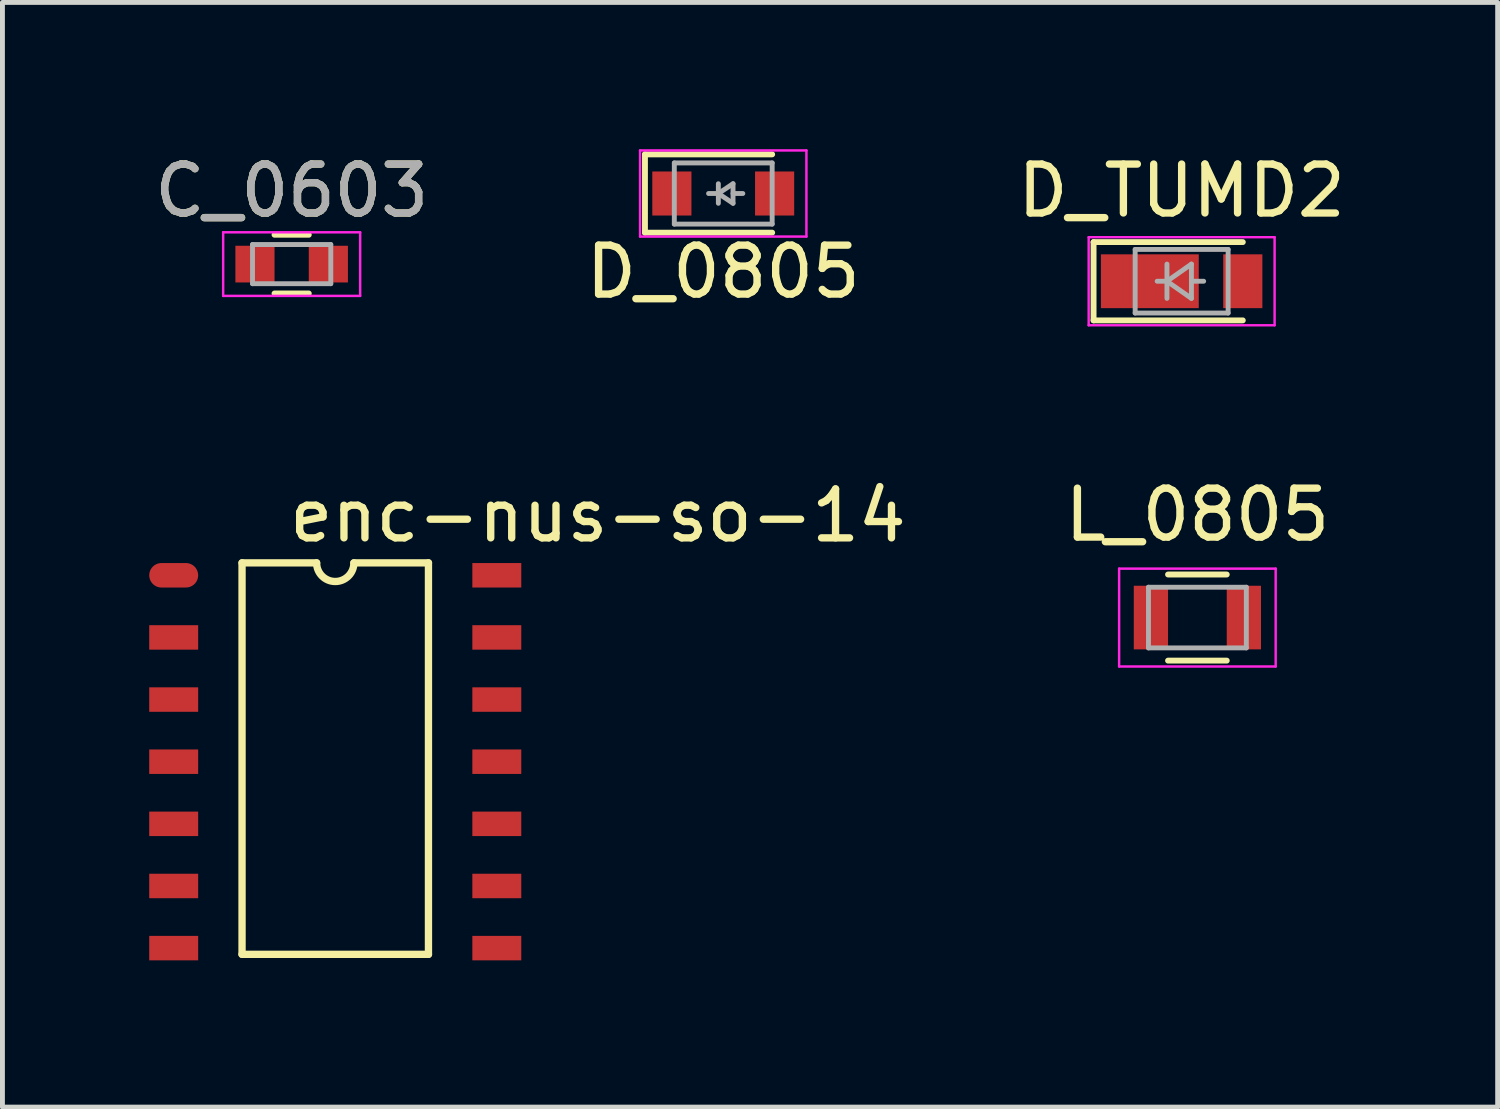
<source format=kicad_pcb>
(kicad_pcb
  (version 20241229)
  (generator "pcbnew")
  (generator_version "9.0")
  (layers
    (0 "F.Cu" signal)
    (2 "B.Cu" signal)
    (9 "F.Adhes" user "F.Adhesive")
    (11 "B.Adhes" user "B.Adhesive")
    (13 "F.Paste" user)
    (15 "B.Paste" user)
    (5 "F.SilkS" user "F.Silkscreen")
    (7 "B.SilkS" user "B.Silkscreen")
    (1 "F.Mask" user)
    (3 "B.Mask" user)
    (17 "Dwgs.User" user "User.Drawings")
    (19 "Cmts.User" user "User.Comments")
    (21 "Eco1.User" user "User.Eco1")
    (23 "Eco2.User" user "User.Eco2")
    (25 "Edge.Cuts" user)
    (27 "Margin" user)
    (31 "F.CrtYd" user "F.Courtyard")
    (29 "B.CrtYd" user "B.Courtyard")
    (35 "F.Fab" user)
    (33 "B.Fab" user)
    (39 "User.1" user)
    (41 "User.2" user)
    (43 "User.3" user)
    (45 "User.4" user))
  (footprint "C_0603"
    (layer "F.Cu")
    (at 2.911 2.348)
    (property "Reference" "C_0603" (at 0 -1.5 0) (layer "F.SilkS") (effects (font (size 1 1) (thickness 0.15))))
    (attr smd)
    (fp_line (start -0.35 -0.6) (end 0.35 -0.6) (stroke (width 0.12) (type solid)) (layer "F.SilkS"))
    (fp_line (start 0.35 0.6) (end -0.35 0.6) (stroke (width 0.12) (type solid)) (layer "F.SilkS"))
    (fp_line (start -1.4 -0.65) (end -1.4 0.65) (stroke (width 0.05) (type solid)) (layer "F.CrtYd"))
    (fp_line (start -1.4 -0.65) (end 1.4 -0.65) (stroke (width 0.05) (type solid)) (layer "F.CrtYd"))
    (fp_line (start 1.4 0.65) (end -1.4 0.65) (stroke (width 0.05) (type solid)) (layer "F.CrtYd"))
    (fp_line (start 1.4 0.65) (end 1.4 -0.65) (stroke (width 0.05) (type solid)) (layer "F.CrtYd"))
    (fp_line (start -0.8 -0.4) (end 0.8 -0.4) (stroke (width 0.1) (type solid)) (layer "F.Fab"))
    (fp_line (start -0.8 0.4) (end -0.8 -0.4) (stroke (width 0.1) (type solid)) (layer "F.Fab"))
    (fp_line (start 0.8 -0.4) (end 0.8 0.4) (stroke (width 0.1) (type solid)) (layer "F.Fab"))
    (fp_line (start 0.8 0.4) (end -0.8 0.4) (stroke (width 0.1) (type solid)) (layer "F.Fab"))
    (fp_text user "${REFERENCE}" (at 0 -1.5 0) (layer "F.Fab") (effects (font (size 1 1) (thickness 0.15))))
    (pad "1" smd rect (at -0.75 0) (size 0.8 0.75) (layers "F.Cu" "F.Mask" "F.Paste"))
    (pad "2" smd rect (at 0.75 0) (size 0.8 0.75) (layers "F.Cu" "F.Mask" "F.Paste")))
  (footprint "D_0805"
    (layer "F.Cu")
    (at 11.732 0.905)
    (property "Reference" "D_0805" (at 0 1.6 0) (layer "F.SilkS") (effects (font (size 1 1) (thickness 0.15))))
    (attr smd)
    (fp_line (start -1.6 -0.8) (end -1.6 0.8) (stroke (width 0.12) (type solid)) (layer "F.SilkS"))
    (fp_line (start -1.6 -0.8) (end 1 -0.8) (stroke (width 0.12) (type solid)) (layer "F.SilkS"))
    (fp_line (start -1.6 0.8) (end 1 0.8) (stroke (width 0.12) (type solid)) (layer "F.SilkS"))
    (fp_line (start -1.7 -0.88) (end 1.7 -0.88) (stroke (width 0.05) (type solid)) (layer "F.CrtYd"))
    (fp_line (start -1.7 0.88) (end -1.7 -0.88) (stroke (width 0.05) (type solid)) (layer "F.CrtYd"))
    (fp_line (start 1.7 -0.88) (end 1.7 0.88) (stroke (width 0.05) (type solid)) (layer "F.CrtYd"))
    (fp_line (start 1.7 0.88) (end -1.7 0.88) (stroke (width 0.05) (type solid)) (layer "F.CrtYd"))
    (fp_line (start -1 -0.625) (end 1 -0.625) (stroke (width 0.1) (type solid)) (layer "F.Fab"))
    (fp_line (start -1 0.625) (end -1 -0.625) (stroke (width 0.1) (type solid)) (layer "F.Fab"))
    (fp_line (start -0.1 -0.2) (end -0.1 0.2) (stroke (width 0.1) (type solid)) (layer "F.Fab"))
    (fp_line (start -0.1 0) (end -0.3 0) (stroke (width 0.1) (type solid)) (layer "F.Fab"))
    (fp_line (start -0.1 0) (end 0.2 0.2) (stroke (width 0.1) (type solid)) (layer "F.Fab"))
    (fp_line (start 0.2 -0.2) (end -0.1 0) (stroke (width 0.1) (type solid)) (layer "F.Fab"))
    (fp_line (start 0.2 0) (end 0.4 0) (stroke (width 0.1) (type solid)) (layer "F.Fab"))
    (fp_line (start 0.2 0.2) (end 0.2 -0.2) (stroke (width 0.1) (type solid)) (layer "F.Fab"))
    (fp_line (start 1 -0.625) (end 1 0.625) (stroke (width 0.1) (type solid)) (layer "F.Fab"))
    (fp_line (start 1 0.625) (end -1 0.625) (stroke (width 0.1) (type solid)) (layer "F.Fab"))
    (pad "1" smd rect (at -1.05 0) (size 0.8 0.9) (layers "F.Cu" "F.Mask" "F.Paste"))
    (pad "2" smd rect (at 1.05 0) (size 0.8 0.9) (layers "F.Cu" "F.Mask" "F.Paste")))
  (footprint "enc-nus-so-14"
    (layer "F.Cu")
    (at 3.802 12.518)
    (property "Reference" "enc-nus-so-14" (at -1.016 -4.445 0) (layer "F.SilkS") (effects (font (size 1 1) (thickness 0.15)) (justify left bottom)))
    (attr through_hole)
    (fp_line (start -1.905 3.937) (end -1.905 -4.064) (stroke (width 0.15) (type solid)) (layer "F.SilkS"))
    (fp_line (start -0.381 -4.064) (end -1.905 -4.064) (stroke (width 0.15) (type solid)) (layer "F.SilkS"))
    (fp_line (start 1.905 -4.064) (end 0.381 -4.064) (stroke (width 0.15) (type solid)) (layer "F.SilkS"))
    (fp_line (start 1.905 -4.064) (end 1.905 3.937) (stroke (width 0.15) (type solid)) (layer "F.SilkS"))
    (fp_line (start 1.905 3.937) (end -1.905 3.937) (stroke (width 0.15) (type solid)) (layer "F.SilkS"))
    (fp_arc (start 0.381 -4.064) (mid 0 -3.683) (end -0.381 -4.064) (stroke (width 0.15) (type solid)) (layer "F.SilkS"))
    (pad "1" smd oval (at -3.302 -3.81 180) (size 1 0.5) (layers "F.Cu" "F.Mask" "F.Paste"))
    (pad "2" smd rect (at -3.302 -2.54 180) (size 1 0.5) (layers "F.Cu" "F.Mask" "F.Paste"))
    (pad "3" smd rect (at -3.302 -1.27 180) (size 1 0.5) (layers "F.Cu" "F.Mask" "F.Paste"))
    (pad "4" smd rect (at -3.302 0 180) (size 1 0.5) (layers "F.Cu" "F.Mask" "F.Paste"))
    (pad "5" smd rect (at -3.302 1.27) (size 1 0.5) (layers "F.Cu" "F.Mask" "F.Paste"))
    (pad "6" smd rect (at -3.302 2.54 180) (size 1 0.5) (layers "F.Cu" "F.Mask" "F.Paste"))
    (pad "7" smd rect (at -3.302 3.81 180) (size 1 0.5) (layers "F.Cu" "F.Mask" "F.Paste"))
    (pad "8" smd rect (at 3.302 3.81) (size 1 0.5) (layers "F.Cu" "F.Mask" "F.Paste"))
    (pad "9" smd rect (at 3.302 2.54) (size 1 0.5) (layers "F.Cu" "F.Mask" "F.Paste"))
    (pad "10" smd rect (at 3.302 1.27) (size 1 0.5) (layers "F.Cu" "F.Mask" "F.Paste"))
    (pad "11" smd rect (at 3.302 0) (size 1 0.5) (layers "F.Cu" "F.Mask" "F.Paste"))
    (pad "12" smd rect (at 3.302 -1.27) (size 1 0.5) (layers "F.Cu" "F.Mask" "F.Paste"))
    (pad "13" smd rect (at 3.302 -2.54) (size 1 0.5) (layers "F.Cu" "F.Mask" "F.Paste"))
    (pad "14" smd rect (at 3.302 -3.81) (size 1 0.5) (layers "F.Cu" "F.Mask" "F.Paste")))
  (footprint "L_0805"
    (layer "F.Cu")
    (at 21.423 9.572)
    (property "Reference" "L_0805" (at 0 -2.1 0) (layer "F.SilkS") (effects (font (size 1 1) (thickness 0.15))))
    (attr smd)
    (fp_line (start -0.6 -0.88) (end 0.6 -0.88) (stroke (width 0.12) (type solid)) (layer "F.SilkS"))
    (fp_line (start 0.6 0.88) (end -0.6 0.88) (stroke (width 0.12) (type solid)) (layer "F.SilkS"))
    (fp_line (start -1.6 -1) (end -1.6 1) (stroke (width 0.05) (type solid)) (layer "F.CrtYd"))
    (fp_line (start -1.6 -1) (end 1.6 -1) (stroke (width 0.05) (type solid)) (layer "F.CrtYd"))
    (fp_line (start -1.6 1) (end 1.6 1) (stroke (width 0.05) (type solid)) (layer "F.CrtYd"))
    (fp_line (start 1.6 -1) (end 1.6 1) (stroke (width 0.05) (type solid)) (layer "F.CrtYd"))
    (fp_line (start -1 -0.62) (end 1 -0.62) (stroke (width 0.1) (type solid)) (layer "F.Fab"))
    (fp_line (start -1 0.62) (end -1 -0.62) (stroke (width 0.1) (type solid)) (layer "F.Fab"))
    (fp_line (start 1 -0.62) (end 1 0.62) (stroke (width 0.1) (type solid)) (layer "F.Fab"))
    (fp_line (start 1 0.62) (end -1 0.62) (stroke (width 0.1) (type solid)) (layer "F.Fab"))
    (pad "1" smd rect (at -0.95 0) (size 0.7 1.3) (layers "F.Cu" "F.Mask" "F.Paste"))
    (pad "2" smd rect (at 0.95 0) (size 0.7 1.3) (layers "F.Cu" "F.Mask" "F.Paste")))
  (footprint "D_TUMD2"
    (layer "F.Cu")
    (at 21.401 2.698)
    (property "Reference" "D_TUMD2" (at -0.3 -1.85 0) (layer "F.SilkS") (effects (font (size 1 1) (thickness 0.15))))
    (attr smd)
    (fp_line (start -2.1 -0.8) (end 0.95 -0.8) (stroke (width 0.12) (type solid)) (layer "F.SilkS"))
    (fp_line (start -2.1 0.8) (end -2.1 -0.8) (stroke (width 0.12) (type solid)) (layer "F.SilkS"))
    (fp_line (start 0.95 0.8) (end -2.1 0.8) (stroke (width 0.12) (type solid)) (layer "F.SilkS"))
    (fp_line (start -2.2 -0.9) (end 1.6 -0.9) (stroke (width 0.05) (type solid)) (layer "F.CrtYd"))
    (fp_line (start -2.2 0.9) (end -2.2 -0.9) (stroke (width 0.05) (type solid)) (layer "F.CrtYd"))
    (fp_line (start 1.6 -0.9) (end 1.6 0.9) (stroke (width 0.05) (type solid)) (layer "F.CrtYd"))
    (fp_line (start 1.6 0.9) (end -2.2 0.9) (stroke (width 0.05) (type solid)) (layer "F.CrtYd"))
    (fp_line (start -1.25 -0.65) (end 0.65 -0.65) (stroke (width 0.1) (type solid)) (layer "F.Fab"))
    (fp_line (start -1.25 0.65) (end -1.25 -0.65) (stroke (width 0.1) (type solid)) (layer "F.Fab"))
    (fp_line (start -0.6 -0.35) (end -0.6 0.35) (stroke (width 0.1) (type solid)) (layer "F.Fab"))
    (fp_line (start -0.6 0) (end -0.8 0) (stroke (width 0.1) (type solid)) (layer "F.Fab"))
    (fp_line (start -0.6 0) (end -0.1 -0.35) (stroke (width 0.1) (type solid)) (layer "F.Fab"))
    (fp_line (start -0.1 -0.35) (end -0.1 0.35) (stroke (width 0.1) (type solid)) (layer "F.Fab"))
    (fp_line (start -0.1 0) (end 0.15 0) (stroke (width 0.1) (type solid)) (layer "F.Fab"))
    (fp_line (start -0.1 0.35) (end -0.6 0) (stroke (width 0.1) (type solid)) (layer "F.Fab"))
    (fp_line (start 0.65 -0.65) (end 0.65 0.65) (stroke (width 0.1) (type solid)) (layer "F.Fab"))
    (fp_line (start 0.65 0.65) (end -1.25 0.65) (stroke (width 0.1) (type solid)) (layer "F.Fab"))
    (pad "1" smd rect (at -0.95 0 180) (size 2 1.1) (layers "F.Cu" "F.Mask" "F.Paste"))
    (pad "2" smd rect (at 0.95 0 180) (size 0.8 1.1) (layers "F.Cu" "F.Mask" "F.Paste")))
  (gr_rect
    (start -3 -3)
    (end 27.56 19.578)
    (stroke (width 0.1) (type default))
    (fill no)
    (layer "Edge.Cuts")))
</source>
